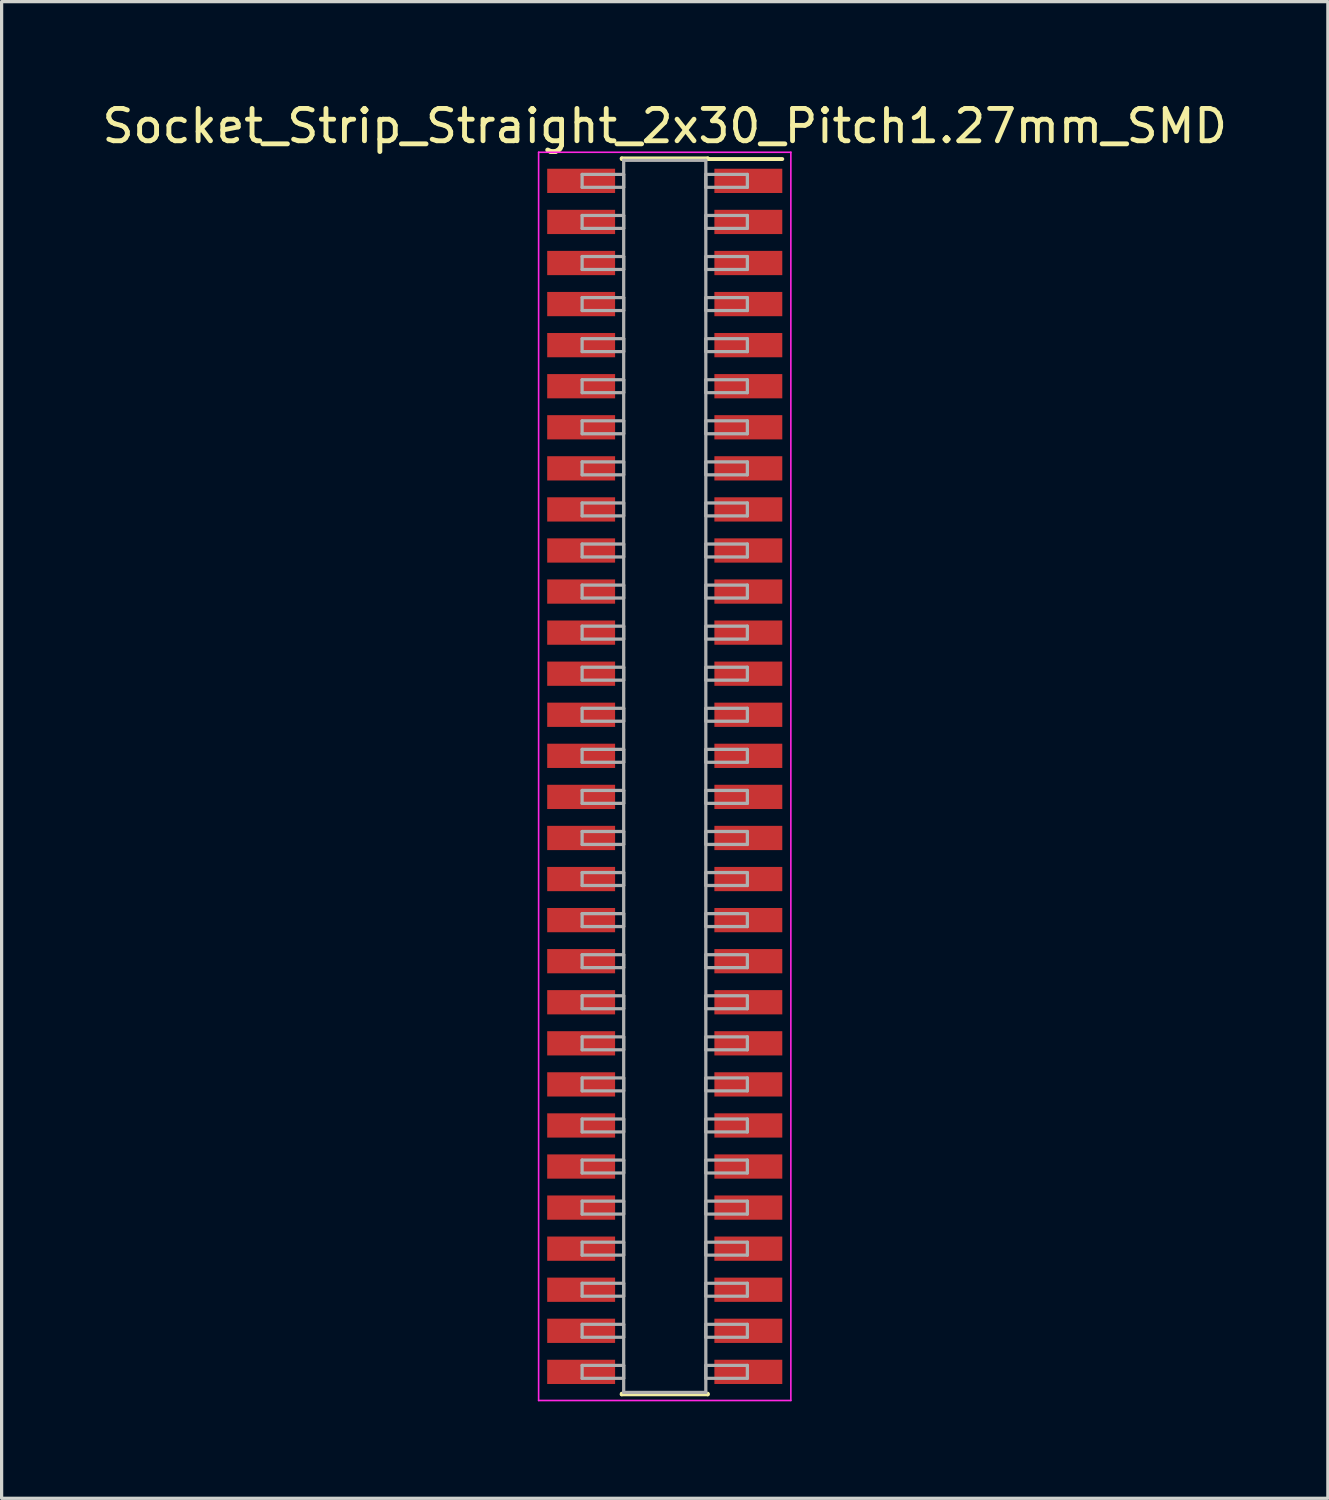
<source format=kicad_pcb>
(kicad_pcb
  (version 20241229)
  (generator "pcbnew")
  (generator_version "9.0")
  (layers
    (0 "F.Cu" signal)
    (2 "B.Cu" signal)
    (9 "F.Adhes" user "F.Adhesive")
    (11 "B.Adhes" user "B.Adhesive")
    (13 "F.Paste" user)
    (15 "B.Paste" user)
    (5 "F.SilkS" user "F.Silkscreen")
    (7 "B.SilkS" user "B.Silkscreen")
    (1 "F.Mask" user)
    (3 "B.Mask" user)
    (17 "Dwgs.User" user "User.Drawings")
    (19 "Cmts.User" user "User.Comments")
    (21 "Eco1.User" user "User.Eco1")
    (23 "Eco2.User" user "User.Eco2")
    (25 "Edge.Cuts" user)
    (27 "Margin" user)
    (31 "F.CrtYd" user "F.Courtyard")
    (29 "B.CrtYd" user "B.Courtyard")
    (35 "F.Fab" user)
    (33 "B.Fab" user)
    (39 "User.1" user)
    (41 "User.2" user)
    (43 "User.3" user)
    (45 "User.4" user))
  (footprint "Socket_Strip_Straight_2x30_Pitch1.27mm_SMD"
    (layer "F.Cu")
    (at 17.506 20.958)
    (property "Reference" "Socket_Strip_Straight_2x30_Pitch1.27mm_SMD" (at 0 -20.11 0) (layer "F.SilkS") (effects (font (size 1 1) (thickness 0.15))))
    (attr smd)
    (fp_line (start -1.33 -19.11) (end 1.33 -19.11) (stroke (width 0.12) (type solid)) (layer "F.SilkS"))
    (fp_line (start -1.33 -19.09) (end -1.33 -19.11) (stroke (width 0.12) (type solid)) (layer "F.SilkS"))
    (fp_line (start -1.33 19.09) (end -1.33 19.11) (stroke (width 0.12) (type solid)) (layer "F.SilkS"))
    (fp_line (start -1.33 19.11) (end 1.33 19.11) (stroke (width 0.12) (type solid)) (layer "F.SilkS"))
    (fp_line (start 1.33 -19.11) (end 1.33 -19.09) (stroke (width 0.12) (type solid)) (layer "F.SilkS"))
    (fp_line (start 1.33 19.11) (end 1.33 19.09) (stroke (width 0.12) (type solid)) (layer "F.SilkS"))
    (fp_line (start 3.635 -19.09) (end 1.33 -19.09) (stroke (width 0.12) (type solid)) (layer "F.SilkS"))
    (fp_line (start -3.9 -19.3) (end -3.9 19.3) (stroke (width 0.05) (type solid)) (layer "F.CrtYd"))
    (fp_line (start -3.9 19.3) (end 3.9 19.3) (stroke (width 0.05) (type solid)) (layer "F.CrtYd"))
    (fp_line (start 3.9 -19.3) (end -3.9 -19.3) (stroke (width 0.05) (type solid)) (layer "F.CrtYd"))
    (fp_line (start 3.9 19.3) (end 3.9 -19.3) (stroke (width 0.05) (type solid)) (layer "F.CrtYd"))
    (fp_line (start -2.555 -18.615) (end -1.27 -18.615) (stroke (width 0.1) (type solid)) (layer "F.Fab"))
    (fp_line (start -2.555 -18.215) (end -2.555 -18.615) (stroke (width 0.1) (type solid)) (layer "F.Fab"))
    (fp_line (start -2.555 -17.345) (end -1.27 -17.345) (stroke (width 0.1) (type solid)) (layer "F.Fab"))
    (fp_line (start -2.555 -16.945) (end -2.555 -17.345) (stroke (width 0.1) (type solid)) (layer "F.Fab"))
    (fp_line (start -2.555 -16.075) (end -1.27 -16.075) (stroke (width 0.1) (type solid)) (layer "F.Fab"))
    (fp_line (start -2.555 -15.675) (end -2.555 -16.075) (stroke (width 0.1) (type solid)) (layer "F.Fab"))
    (fp_line (start -2.555 -14.805) (end -1.27 -14.805) (stroke (width 0.1) (type solid)) (layer "F.Fab"))
    (fp_line (start -2.555 -14.405) (end -2.555 -14.805) (stroke (width 0.1) (type solid)) (layer "F.Fab"))
    (fp_line (start -2.555 -13.535) (end -1.27 -13.535) (stroke (width 0.1) (type solid)) (layer "F.Fab"))
    (fp_line (start -2.555 -13.135) (end -2.555 -13.535) (stroke (width 0.1) (type solid)) (layer "F.Fab"))
    (fp_line (start -2.555 -12.265) (end -1.27 -12.265) (stroke (width 0.1) (type solid)) (layer "F.Fab"))
    (fp_line (start -2.555 -11.865) (end -2.555 -12.265) (stroke (width 0.1) (type solid)) (layer "F.Fab"))
    (fp_line (start -2.555 -10.995) (end -1.27 -10.995) (stroke (width 0.1) (type solid)) (layer "F.Fab"))
    (fp_line (start -2.555 -10.595) (end -2.555 -10.995) (stroke (width 0.1) (type solid)) (layer "F.Fab"))
    (fp_line (start -2.555 -9.725) (end -1.27 -9.725) (stroke (width 0.1) (type solid)) (layer "F.Fab"))
    (fp_line (start -2.555 -9.325) (end -2.555 -9.725) (stroke (width 0.1) (type solid)) (layer "F.Fab"))
    (fp_line (start -2.555 -8.455) (end -1.27 -8.455) (stroke (width 0.1) (type solid)) (layer "F.Fab"))
    (fp_line (start -2.555 -8.055) (end -2.555 -8.455) (stroke (width 0.1) (type solid)) (layer "F.Fab"))
    (fp_line (start -2.555 -7.185) (end -1.27 -7.185) (stroke (width 0.1) (type solid)) (layer "F.Fab"))
    (fp_line (start -2.555 -6.785) (end -2.555 -7.185) (stroke (width 0.1) (type solid)) (layer "F.Fab"))
    (fp_line (start -2.555 -5.915) (end -1.27 -5.915) (stroke (width 0.1) (type solid)) (layer "F.Fab"))
    (fp_line (start -2.555 -5.515) (end -2.555 -5.915) (stroke (width 0.1) (type solid)) (layer "F.Fab"))
    (fp_line (start -2.555 -4.645) (end -1.27 -4.645) (stroke (width 0.1) (type solid)) (layer "F.Fab"))
    (fp_line (start -2.555 -4.245) (end -2.555 -4.645) (stroke (width 0.1) (type solid)) (layer "F.Fab"))
    (fp_line (start -2.555 -3.375) (end -1.27 -3.375) (stroke (width 0.1) (type solid)) (layer "F.Fab"))
    (fp_line (start -2.555 -2.975) (end -2.555 -3.375) (stroke (width 0.1) (type solid)) (layer "F.Fab"))
    (fp_line (start -2.555 -2.105) (end -1.27 -2.105) (stroke (width 0.1) (type solid)) (layer "F.Fab"))
    (fp_line (start -2.555 -1.705) (end -2.555 -2.105) (stroke (width 0.1) (type solid)) (layer "F.Fab"))
    (fp_line (start -2.555 -0.835) (end -1.27 -0.835) (stroke (width 0.1) (type solid)) (layer "F.Fab"))
    (fp_line (start -2.555 -0.435) (end -2.555 -0.835) (stroke (width 0.1) (type solid)) (layer "F.Fab"))
    (fp_line (start -2.555 0.435) (end -1.27 0.435) (stroke (width 0.1) (type solid)) (layer "F.Fab"))
    (fp_line (start -2.555 0.835) (end -2.555 0.435) (stroke (width 0.1) (type solid)) (layer "F.Fab"))
    (fp_line (start -2.555 1.705) (end -1.27 1.705) (stroke (width 0.1) (type solid)) (layer "F.Fab"))
    (fp_line (start -2.555 2.105) (end -2.555 1.705) (stroke (width 0.1) (type solid)) (layer "F.Fab"))
    (fp_line (start -2.555 2.975) (end -1.27 2.975) (stroke (width 0.1) (type solid)) (layer "F.Fab"))
    (fp_line (start -2.555 3.375) (end -2.555 2.975) (stroke (width 0.1) (type solid)) (layer "F.Fab"))
    (fp_line (start -2.555 4.245) (end -1.27 4.245) (stroke (width 0.1) (type solid)) (layer "F.Fab"))
    (fp_line (start -2.555 4.645) (end -2.555 4.245) (stroke (width 0.1) (type solid)) (layer "F.Fab"))
    (fp_line (start -2.555 5.515) (end -1.27 5.515) (stroke (width 0.1) (type solid)) (layer "F.Fab"))
    (fp_line (start -2.555 5.915) (end -2.555 5.515) (stroke (width 0.1) (type solid)) (layer "F.Fab"))
    (fp_line (start -2.555 6.785) (end -1.27 6.785) (stroke (width 0.1) (type solid)) (layer "F.Fab"))
    (fp_line (start -2.555 7.185) (end -2.555 6.785) (stroke (width 0.1) (type solid)) (layer "F.Fab"))
    (fp_line (start -2.555 8.055) (end -1.27 8.055) (stroke (width 0.1) (type solid)) (layer "F.Fab"))
    (fp_line (start -2.555 8.455) (end -2.555 8.055) (stroke (width 0.1) (type solid)) (layer "F.Fab"))
    (fp_line (start -2.555 9.325) (end -1.27 9.325) (stroke (width 0.1) (type solid)) (layer "F.Fab"))
    (fp_line (start -2.555 9.725) (end -2.555 9.325) (stroke (width 0.1) (type solid)) (layer "F.Fab"))
    (fp_line (start -2.555 10.595) (end -1.27 10.595) (stroke (width 0.1) (type solid)) (layer "F.Fab"))
    (fp_line (start -2.555 10.995) (end -2.555 10.595) (stroke (width 0.1) (type solid)) (layer "F.Fab"))
    (fp_line (start -2.555 11.865) (end -1.27 11.865) (stroke (width 0.1) (type solid)) (layer "F.Fab"))
    (fp_line (start -2.555 12.265) (end -2.555 11.865) (stroke (width 0.1) (type solid)) (layer "F.Fab"))
    (fp_line (start -2.555 13.135) (end -1.27 13.135) (stroke (width 0.1) (type solid)) (layer "F.Fab"))
    (fp_line (start -2.555 13.535) (end -2.555 13.135) (stroke (width 0.1) (type solid)) (layer "F.Fab"))
    (fp_line (start -2.555 14.405) (end -1.27 14.405) (stroke (width 0.1) (type solid)) (layer "F.Fab"))
    (fp_line (start -2.555 14.805) (end -2.555 14.405) (stroke (width 0.1) (type solid)) (layer "F.Fab"))
    (fp_line (start -2.555 15.675) (end -1.27 15.675) (stroke (width 0.1) (type solid)) (layer "F.Fab"))
    (fp_line (start -2.555 16.075) (end -2.555 15.675) (stroke (width 0.1) (type solid)) (layer "F.Fab"))
    (fp_line (start -2.555 16.945) (end -1.27 16.945) (stroke (width 0.1) (type solid)) (layer "F.Fab"))
    (fp_line (start -2.555 17.345) (end -2.555 16.945) (stroke (width 0.1) (type solid)) (layer "F.Fab"))
    (fp_line (start -2.555 18.215) (end -1.27 18.215) (stroke (width 0.1) (type solid)) (layer "F.Fab"))
    (fp_line (start -2.555 18.615) (end -2.555 18.215) (stroke (width 0.1) (type solid)) (layer "F.Fab"))
    (fp_line (start -1.27 -19.05) (end -1.27 19.05) (stroke (width 0.1) (type solid)) (layer "F.Fab"))
    (fp_line (start -1.27 -18.615) (end -1.27 -18.215) (stroke (width 0.1) (type solid)) (layer "F.Fab"))
    (fp_line (start -1.27 -18.215) (end -2.555 -18.215) (stroke (width 0.1) (type solid)) (layer "F.Fab"))
    (fp_line (start -1.27 -17.345) (end -1.27 -16.945) (stroke (width 0.1) (type solid)) (layer "F.Fab"))
    (fp_line (start -1.27 -16.945) (end -2.555 -16.945) (stroke (width 0.1) (type solid)) (layer "F.Fab"))
    (fp_line (start -1.27 -16.075) (end -1.27 -15.675) (stroke (width 0.1) (type solid)) (layer "F.Fab"))
    (fp_line (start -1.27 -15.675) (end -2.555 -15.675) (stroke (width 0.1) (type solid)) (layer "F.Fab"))
    (fp_line (start -1.27 -14.805) (end -1.27 -14.405) (stroke (width 0.1) (type solid)) (layer "F.Fab"))
    (fp_line (start -1.27 -14.405) (end -2.555 -14.405) (stroke (width 0.1) (type solid)) (layer "F.Fab"))
    (fp_line (start -1.27 -13.535) (end -1.27 -13.135) (stroke (width 0.1) (type solid)) (layer "F.Fab"))
    (fp_line (start -1.27 -13.135) (end -2.555 -13.135) (stroke (width 0.1) (type solid)) (layer "F.Fab"))
    (fp_line (start -1.27 -12.265) (end -1.27 -11.865) (stroke (width 0.1) (type solid)) (layer "F.Fab"))
    (fp_line (start -1.27 -11.865) (end -2.555 -11.865) (stroke (width 0.1) (type solid)) (layer "F.Fab"))
    (fp_line (start -1.27 -10.995) (end -1.27 -10.595) (stroke (width 0.1) (type solid)) (layer "F.Fab"))
    (fp_line (start -1.27 -10.595) (end -2.555 -10.595) (stroke (width 0.1) (type solid)) (layer "F.Fab"))
    (fp_line (start -1.27 -9.725) (end -1.27 -9.325) (stroke (width 0.1) (type solid)) (layer "F.Fab"))
    (fp_line (start -1.27 -9.325) (end -2.555 -9.325) (stroke (width 0.1) (type solid)) (layer "F.Fab"))
    (fp_line (start -1.27 -8.455) (end -1.27 -8.055) (stroke (width 0.1) (type solid)) (layer "F.Fab"))
    (fp_line (start -1.27 -8.055) (end -2.555 -8.055) (stroke (width 0.1) (type solid)) (layer "F.Fab"))
    (fp_line (start -1.27 -7.185) (end -1.27 -6.785) (stroke (width 0.1) (type solid)) (layer "F.Fab"))
    (fp_line (start -1.27 -6.785) (end -2.555 -6.785) (stroke (width 0.1) (type solid)) (layer "F.Fab"))
    (fp_line (start -1.27 -5.915) (end -1.27 -5.515) (stroke (width 0.1) (type solid)) (layer "F.Fab"))
    (fp_line (start -1.27 -5.515) (end -2.555 -5.515) (stroke (width 0.1) (type solid)) (layer "F.Fab"))
    (fp_line (start -1.27 -4.645) (end -1.27 -4.245) (stroke (width 0.1) (type solid)) (layer "F.Fab"))
    (fp_line (start -1.27 -4.245) (end -2.555 -4.245) (stroke (width 0.1) (type solid)) (layer "F.Fab"))
    (fp_line (start -1.27 -3.375) (end -1.27 -2.975) (stroke (width 0.1) (type solid)) (layer "F.Fab"))
    (fp_line (start -1.27 -2.975) (end -2.555 -2.975) (stroke (width 0.1) (type solid)) (layer "F.Fab"))
    (fp_line (start -1.27 -2.105) (end -1.27 -1.705) (stroke (width 0.1) (type solid)) (layer "F.Fab"))
    (fp_line (start -1.27 -1.705) (end -2.555 -1.705) (stroke (width 0.1) (type solid)) (layer "F.Fab"))
    (fp_line (start -1.27 -0.835) (end -1.27 -0.435) (stroke (width 0.1) (type solid)) (layer "F.Fab"))
    (fp_line (start -1.27 -0.435) (end -2.555 -0.435) (stroke (width 0.1) (type solid)) (layer "F.Fab"))
    (fp_line (start -1.27 0.435) (end -1.27 0.835) (stroke (width 0.1) (type solid)) (layer "F.Fab"))
    (fp_line (start -1.27 0.835) (end -2.555 0.835) (stroke (width 0.1) (type solid)) (layer "F.Fab"))
    (fp_line (start -1.27 1.705) (end -1.27 2.105) (stroke (width 0.1) (type solid)) (layer "F.Fab"))
    (fp_line (start -1.27 2.105) (end -2.555 2.105) (stroke (width 0.1) (type solid)) (layer "F.Fab"))
    (fp_line (start -1.27 2.975) (end -1.27 3.375) (stroke (width 0.1) (type solid)) (layer "F.Fab"))
    (fp_line (start -1.27 3.375) (end -2.555 3.375) (stroke (width 0.1) (type solid)) (layer "F.Fab"))
    (fp_line (start -1.27 4.245) (end -1.27 4.645) (stroke (width 0.1) (type solid)) (layer "F.Fab"))
    (fp_line (start -1.27 4.645) (end -2.555 4.645) (stroke (width 0.1) (type solid)) (layer "F.Fab"))
    (fp_line (start -1.27 5.515) (end -1.27 5.915) (stroke (width 0.1) (type solid)) (layer "F.Fab"))
    (fp_line (start -1.27 5.915) (end -2.555 5.915) (stroke (width 0.1) (type solid)) (layer "F.Fab"))
    (fp_line (start -1.27 6.785) (end -1.27 7.185) (stroke (width 0.1) (type solid)) (layer "F.Fab"))
    (fp_line (start -1.27 7.185) (end -2.555 7.185) (stroke (width 0.1) (type solid)) (layer "F.Fab"))
    (fp_line (start -1.27 8.055) (end -1.27 8.455) (stroke (width 0.1) (type solid)) (layer "F.Fab"))
    (fp_line (start -1.27 8.455) (end -2.555 8.455) (stroke (width 0.1) (type solid)) (layer "F.Fab"))
    (fp_line (start -1.27 9.325) (end -1.27 9.725) (stroke (width 0.1) (type solid)) (layer "F.Fab"))
    (fp_line (start -1.27 9.725) (end -2.555 9.725) (stroke (width 0.1) (type solid)) (layer "F.Fab"))
    (fp_line (start -1.27 10.595) (end -1.27 10.995) (stroke (width 0.1) (type solid)) (layer "F.Fab"))
    (fp_line (start -1.27 10.995) (end -2.555 10.995) (stroke (width 0.1) (type solid)) (layer "F.Fab"))
    (fp_line (start -1.27 11.865) (end -1.27 12.265) (stroke (width 0.1) (type solid)) (layer "F.Fab"))
    (fp_line (start -1.27 12.265) (end -2.555 12.265) (stroke (width 0.1) (type solid)) (layer "F.Fab"))
    (fp_line (start -1.27 13.135) (end -1.27 13.535) (stroke (width 0.1) (type solid)) (layer "F.Fab"))
    (fp_line (start -1.27 13.535) (end -2.555 13.535) (stroke (width 0.1) (type solid)) (layer "F.Fab"))
    (fp_line (start -1.27 14.405) (end -1.27 14.805) (stroke (width 0.1) (type solid)) (layer "F.Fab"))
    (fp_line (start -1.27 14.805) (end -2.555 14.805) (stroke (width 0.1) (type solid)) (layer "F.Fab"))
    (fp_line (start -1.27 15.675) (end -1.27 16.075) (stroke (width 0.1) (type solid)) (layer "F.Fab"))
    (fp_line (start -1.27 16.075) (end -2.555 16.075) (stroke (width 0.1) (type solid)) (layer "F.Fab"))
    (fp_line (start -1.27 16.945) (end -1.27 17.345) (stroke (width 0.1) (type solid)) (layer "F.Fab"))
    (fp_line (start -1.27 17.345) (end -2.555 17.345) (stroke (width 0.1) (type solid)) (layer "F.Fab"))
    (fp_line (start -1.27 18.215) (end -1.27 18.615) (stroke (width 0.1) (type solid)) (layer "F.Fab"))
    (fp_line (start -1.27 18.615) (end -2.555 18.615) (stroke (width 0.1) (type solid)) (layer "F.Fab"))
    (fp_line (start -1.27 19.05) (end 1.27 19.05) (stroke (width 0.1) (type solid)) (layer "F.Fab"))
    (fp_line (start 1.27 -19.05) (end -1.27 -19.05) (stroke (width 0.1) (type solid)) (layer "F.Fab"))
    (fp_line (start 1.27 -18.615) (end 1.27 -18.215) (stroke (width 0.1) (type solid)) (layer "F.Fab"))
    (fp_line (start 1.27 -18.215) (end 2.555 -18.215) (stroke (width 0.1) (type solid)) (layer "F.Fab"))
    (fp_line (start 1.27 -17.345) (end 1.27 -16.945) (stroke (width 0.1) (type solid)) (layer "F.Fab"))
    (fp_line (start 1.27 -16.945) (end 2.555 -16.945) (stroke (width 0.1) (type solid)) (layer "F.Fab"))
    (fp_line (start 1.27 -16.075) (end 1.27 -15.675) (stroke (width 0.1) (type solid)) (layer "F.Fab"))
    (fp_line (start 1.27 -15.675) (end 2.555 -15.675) (stroke (width 0.1) (type solid)) (layer "F.Fab"))
    (fp_line (start 1.27 -14.805) (end 1.27 -14.405) (stroke (width 0.1) (type solid)) (layer "F.Fab"))
    (fp_line (start 1.27 -14.405) (end 2.555 -14.405) (stroke (width 0.1) (type solid)) (layer "F.Fab"))
    (fp_line (start 1.27 -13.535) (end 1.27 -13.135) (stroke (width 0.1) (type solid)) (layer "F.Fab"))
    (fp_line (start 1.27 -13.135) (end 2.555 -13.135) (stroke (width 0.1) (type solid)) (layer "F.Fab"))
    (fp_line (start 1.27 -12.265) (end 1.27 -11.865) (stroke (width 0.1) (type solid)) (layer "F.Fab"))
    (fp_line (start 1.27 -11.865) (end 2.555 -11.865) (stroke (width 0.1) (type solid)) (layer "F.Fab"))
    (fp_line (start 1.27 -10.995) (end 1.27 -10.595) (stroke (width 0.1) (type solid)) (layer "F.Fab"))
    (fp_line (start 1.27 -10.595) (end 2.555 -10.595) (stroke (width 0.1) (type solid)) (layer "F.Fab"))
    (fp_line (start 1.27 -9.725) (end 1.27 -9.325) (stroke (width 0.1) (type solid)) (layer "F.Fab"))
    (fp_line (start 1.27 -9.325) (end 2.555 -9.325) (stroke (width 0.1) (type solid)) (layer "F.Fab"))
    (fp_line (start 1.27 -8.455) (end 1.27 -8.055) (stroke (width 0.1) (type solid)) (layer "F.Fab"))
    (fp_line (start 1.27 -8.055) (end 2.555 -8.055) (stroke (width 0.1) (type solid)) (layer "F.Fab"))
    (fp_line (start 1.27 -7.185) (end 1.27 -6.785) (stroke (width 0.1) (type solid)) (layer "F.Fab"))
    (fp_line (start 1.27 -6.785) (end 2.555 -6.785) (stroke (width 0.1) (type solid)) (layer "F.Fab"))
    (fp_line (start 1.27 -5.915) (end 1.27 -5.515) (stroke (width 0.1) (type solid)) (layer "F.Fab"))
    (fp_line (start 1.27 -5.515) (end 2.555 -5.515) (stroke (width 0.1) (type solid)) (layer "F.Fab"))
    (fp_line (start 1.27 -4.645) (end 1.27 -4.245) (stroke (width 0.1) (type solid)) (layer "F.Fab"))
    (fp_line (start 1.27 -4.245) (end 2.555 -4.245) (stroke (width 0.1) (type solid)) (layer "F.Fab"))
    (fp_line (start 1.27 -3.375) (end 1.27 -2.975) (stroke (width 0.1) (type solid)) (layer "F.Fab"))
    (fp_line (start 1.27 -2.975) (end 2.555 -2.975) (stroke (width 0.1) (type solid)) (layer "F.Fab"))
    (fp_line (start 1.27 -2.105) (end 1.27 -1.705) (stroke (width 0.1) (type solid)) (layer "F.Fab"))
    (fp_line (start 1.27 -1.705) (end 2.555 -1.705) (stroke (width 0.1) (type solid)) (layer "F.Fab"))
    (fp_line (start 1.27 -0.835) (end 1.27 -0.435) (stroke (width 0.1) (type solid)) (layer "F.Fab"))
    (fp_line (start 1.27 -0.435) (end 2.555 -0.435) (stroke (width 0.1) (type solid)) (layer "F.Fab"))
    (fp_line (start 1.27 0.435) (end 1.27 0.835) (stroke (width 0.1) (type solid)) (layer "F.Fab"))
    (fp_line (start 1.27 0.835) (end 2.555 0.835) (stroke (width 0.1) (type solid)) (layer "F.Fab"))
    (fp_line (start 1.27 1.705) (end 1.27 2.105) (stroke (width 0.1) (type solid)) (layer "F.Fab"))
    (fp_line (start 1.27 2.105) (end 2.555 2.105) (stroke (width 0.1) (type solid)) (layer "F.Fab"))
    (fp_line (start 1.27 2.975) (end 1.27 3.375) (stroke (width 0.1) (type solid)) (layer "F.Fab"))
    (fp_line (start 1.27 3.375) (end 2.555 3.375) (stroke (width 0.1) (type solid)) (layer "F.Fab"))
    (fp_line (start 1.27 4.245) (end 1.27 4.645) (stroke (width 0.1) (type solid)) (layer "F.Fab"))
    (fp_line (start 1.27 4.645) (end 2.555 4.645) (stroke (width 0.1) (type solid)) (layer "F.Fab"))
    (fp_line (start 1.27 5.515) (end 1.27 5.915) (stroke (width 0.1) (type solid)) (layer "F.Fab"))
    (fp_line (start 1.27 5.915) (end 2.555 5.915) (stroke (width 0.1) (type solid)) (layer "F.Fab"))
    (fp_line (start 1.27 6.785) (end 1.27 7.185) (stroke (width 0.1) (type solid)) (layer "F.Fab"))
    (fp_line (start 1.27 7.185) (end 2.555 7.185) (stroke (width 0.1) (type solid)) (layer "F.Fab"))
    (fp_line (start 1.27 8.055) (end 1.27 8.455) (stroke (width 0.1) (type solid)) (layer "F.Fab"))
    (fp_line (start 1.27 8.455) (end 2.555 8.455) (stroke (width 0.1) (type solid)) (layer "F.Fab"))
    (fp_line (start 1.27 9.325) (end 1.27 9.725) (stroke (width 0.1) (type solid)) (layer "F.Fab"))
    (fp_line (start 1.27 9.725) (end 2.555 9.725) (stroke (width 0.1) (type solid)) (layer "F.Fab"))
    (fp_line (start 1.27 10.595) (end 1.27 10.995) (stroke (width 0.1) (type solid)) (layer "F.Fab"))
    (fp_line (start 1.27 10.995) (end 2.555 10.995) (stroke (width 0.1) (type solid)) (layer "F.Fab"))
    (fp_line (start 1.27 11.865) (end 1.27 12.265) (stroke (width 0.1) (type solid)) (layer "F.Fab"))
    (fp_line (start 1.27 12.265) (end 2.555 12.265) (stroke (width 0.1) (type solid)) (layer "F.Fab"))
    (fp_line (start 1.27 13.135) (end 1.27 13.535) (stroke (width 0.1) (type solid)) (layer "F.Fab"))
    (fp_line (start 1.27 13.535) (end 2.555 13.535) (stroke (width 0.1) (type solid)) (layer "F.Fab"))
    (fp_line (start 1.27 14.405) (end 1.27 14.805) (stroke (width 0.1) (type solid)) (layer "F.Fab"))
    (fp_line (start 1.27 14.805) (end 2.555 14.805) (stroke (width 0.1) (type solid)) (layer "F.Fab"))
    (fp_line (start 1.27 15.675) (end 1.27 16.075) (stroke (width 0.1) (type solid)) (layer "F.Fab"))
    (fp_line (start 1.27 16.075) (end 2.555 16.075) (stroke (width 0.1) (type solid)) (layer "F.Fab"))
    (fp_line (start 1.27 16.945) (end 1.27 17.345) (stroke (width 0.1) (type solid)) (layer "F.Fab"))
    (fp_line (start 1.27 17.345) (end 2.555 17.345) (stroke (width 0.1) (type solid)) (layer "F.Fab"))
    (fp_line (start 1.27 18.215) (end 1.27 18.615) (stroke (width 0.1) (type solid)) (layer "F.Fab"))
    (fp_line (start 1.27 18.615) (end 2.555 18.615) (stroke (width 0.1) (type solid)) (layer "F.Fab"))
    (fp_line (start 1.27 19.05) (end 1.27 -19.05) (stroke (width 0.1) (type solid)) (layer "F.Fab"))
    (fp_line (start 2.555 -18.615) (end 1.27 -18.615) (stroke (width 0.1) (type solid)) (layer "F.Fab"))
    (fp_line (start 2.555 -18.215) (end 2.555 -18.615) (stroke (width 0.1) (type solid)) (layer "F.Fab"))
    (fp_line (start 2.555 -17.345) (end 1.27 -17.345) (stroke (width 0.1) (type solid)) (layer "F.Fab"))
    (fp_line (start 2.555 -16.945) (end 2.555 -17.345) (stroke (width 0.1) (type solid)) (layer "F.Fab"))
    (fp_line (start 2.555 -16.075) (end 1.27 -16.075) (stroke (width 0.1) (type solid)) (layer "F.Fab"))
    (fp_line (start 2.555 -15.675) (end 2.555 -16.075) (stroke (width 0.1) (type solid)) (layer "F.Fab"))
    (fp_line (start 2.555 -14.805) (end 1.27 -14.805) (stroke (width 0.1) (type solid)) (layer "F.Fab"))
    (fp_line (start 2.555 -14.405) (end 2.555 -14.805) (stroke (width 0.1) (type solid)) (layer "F.Fab"))
    (fp_line (start 2.555 -13.535) (end 1.27 -13.535) (stroke (width 0.1) (type solid)) (layer "F.Fab"))
    (fp_line (start 2.555 -13.135) (end 2.555 -13.535) (stroke (width 0.1) (type solid)) (layer "F.Fab"))
    (fp_line (start 2.555 -12.265) (end 1.27 -12.265) (stroke (width 0.1) (type solid)) (layer "F.Fab"))
    (fp_line (start 2.555 -11.865) (end 2.555 -12.265) (stroke (width 0.1) (type solid)) (layer "F.Fab"))
    (fp_line (start 2.555 -10.995) (end 1.27 -10.995) (stroke (width 0.1) (type solid)) (layer "F.Fab"))
    (fp_line (start 2.555 -10.595) (end 2.555 -10.995) (stroke (width 0.1) (type solid)) (layer "F.Fab"))
    (fp_line (start 2.555 -9.725) (end 1.27 -9.725) (stroke (width 0.1) (type solid)) (layer "F.Fab"))
    (fp_line (start 2.555 -9.325) (end 2.555 -9.725) (stroke (width 0.1) (type solid)) (layer "F.Fab"))
    (fp_line (start 2.555 -8.455) (end 1.27 -8.455) (stroke (width 0.1) (type solid)) (layer "F.Fab"))
    (fp_line (start 2.555 -8.055) (end 2.555 -8.455) (stroke (width 0.1) (type solid)) (layer "F.Fab"))
    (fp_line (start 2.555 -7.185) (end 1.27 -7.185) (stroke (width 0.1) (type solid)) (layer "F.Fab"))
    (fp_line (start 2.555 -6.785) (end 2.555 -7.185) (stroke (width 0.1) (type solid)) (layer "F.Fab"))
    (fp_line (start 2.555 -5.915) (end 1.27 -5.915) (stroke (width 0.1) (type solid)) (layer "F.Fab"))
    (fp_line (start 2.555 -5.515) (end 2.555 -5.915) (stroke (width 0.1) (type solid)) (layer "F.Fab"))
    (fp_line (start 2.555 -4.645) (end 1.27 -4.645) (stroke (width 0.1) (type solid)) (layer "F.Fab"))
    (fp_line (start 2.555 -4.245) (end 2.555 -4.645) (stroke (width 0.1) (type solid)) (layer "F.Fab"))
    (fp_line (start 2.555 -3.375) (end 1.27 -3.375) (stroke (width 0.1) (type solid)) (layer "F.Fab"))
    (fp_line (start 2.555 -2.975) (end 2.555 -3.375) (stroke (width 0.1) (type solid)) (layer "F.Fab"))
    (fp_line (start 2.555 -2.105) (end 1.27 -2.105) (stroke (width 0.1) (type solid)) (layer "F.Fab"))
    (fp_line (start 2.555 -1.705) (end 2.555 -2.105) (stroke (width 0.1) (type solid)) (layer "F.Fab"))
    (fp_line (start 2.555 -0.835) (end 1.27 -0.835) (stroke (width 0.1) (type solid)) (layer "F.Fab"))
    (fp_line (start 2.555 -0.435) (end 2.555 -0.835) (stroke (width 0.1) (type solid)) (layer "F.Fab"))
    (fp_line (start 2.555 0.435) (end 1.27 0.435) (stroke (width 0.1) (type solid)) (layer "F.Fab"))
    (fp_line (start 2.555 0.835) (end 2.555 0.435) (stroke (width 0.1) (type solid)) (layer "F.Fab"))
    (fp_line (start 2.555 1.705) (end 1.27 1.705) (stroke (width 0.1) (type solid)) (layer "F.Fab"))
    (fp_line (start 2.555 2.105) (end 2.555 1.705) (stroke (width 0.1) (type solid)) (layer "F.Fab"))
    (fp_line (start 2.555 2.975) (end 1.27 2.975) (stroke (width 0.1) (type solid)) (layer "F.Fab"))
    (fp_line (start 2.555 3.375) (end 2.555 2.975) (stroke (width 0.1) (type solid)) (layer "F.Fab"))
    (fp_line (start 2.555 4.245) (end 1.27 4.245) (stroke (width 0.1) (type solid)) (layer "F.Fab"))
    (fp_line (start 2.555 4.645) (end 2.555 4.245) (stroke (width 0.1) (type solid)) (layer "F.Fab"))
    (fp_line (start 2.555 5.515) (end 1.27 5.515) (stroke (width 0.1) (type solid)) (layer "F.Fab"))
    (fp_line (start 2.555 5.915) (end 2.555 5.515) (stroke (width 0.1) (type solid)) (layer "F.Fab"))
    (fp_line (start 2.555 6.785) (end 1.27 6.785) (stroke (width 0.1) (type solid)) (layer "F.Fab"))
    (fp_line (start 2.555 7.185) (end 2.555 6.785) (stroke (width 0.1) (type solid)) (layer "F.Fab"))
    (fp_line (start 2.555 8.055) (end 1.27 8.055) (stroke (width 0.1) (type solid)) (layer "F.Fab"))
    (fp_line (start 2.555 8.455) (end 2.555 8.055) (stroke (width 0.1) (type solid)) (layer "F.Fab"))
    (fp_line (start 2.555 9.325) (end 1.27 9.325) (stroke (width 0.1) (type solid)) (layer "F.Fab"))
    (fp_line (start 2.555 9.725) (end 2.555 9.325) (stroke (width 0.1) (type solid)) (layer "F.Fab"))
    (fp_line (start 2.555 10.595) (end 1.27 10.595) (stroke (width 0.1) (type solid)) (layer "F.Fab"))
    (fp_line (start 2.555 10.995) (end 2.555 10.595) (stroke (width 0.1) (type solid)) (layer "F.Fab"))
    (fp_line (start 2.555 11.865) (end 1.27 11.865) (stroke (width 0.1) (type solid)) (layer "F.Fab"))
    (fp_line (start 2.555 12.265) (end 2.555 11.865) (stroke (width 0.1) (type solid)) (layer "F.Fab"))
    (fp_line (start 2.555 13.135) (end 1.27 13.135) (stroke (width 0.1) (type solid)) (layer "F.Fab"))
    (fp_line (start 2.555 13.535) (end 2.555 13.135) (stroke (width 0.1) (type solid)) (layer "F.Fab"))
    (fp_line (start 2.555 14.405) (end 1.27 14.405) (stroke (width 0.1) (type solid)) (layer "F.Fab"))
    (fp_line (start 2.555 14.805) (end 2.555 14.405) (stroke (width 0.1) (type solid)) (layer "F.Fab"))
    (fp_line (start 2.555 15.675) (end 1.27 15.675) (stroke (width 0.1) (type solid)) (layer "F.Fab"))
    (fp_line (start 2.555 16.075) (end 2.555 15.675) (stroke (width 0.1) (type solid)) (layer "F.Fab"))
    (fp_line (start 2.555 16.945) (end 1.27 16.945) (stroke (width 0.1) (type solid)) (layer "F.Fab"))
    (fp_line (start 2.555 17.345) (end 2.555 16.945) (stroke (width 0.1) (type solid)) (layer "F.Fab"))
    (fp_line (start 2.555 18.215) (end 1.27 18.215) (stroke (width 0.1) (type solid)) (layer "F.Fab"))
    (fp_line (start 2.555 18.615) (end 2.555 18.215) (stroke (width 0.1) (type solid)) (layer "F.Fab"))
    (pad "1" smd rect (at 2.585 -18.415) (size 2.1 0.75) (layers "F.Cu" "F.Mask"))
    (pad "2" smd rect (at -2.585 -18.415) (size 2.1 0.75) (layers "F.Cu" "F.Mask"))
    (pad "3" smd rect (at 2.585 -17.145) (size 2.1 0.75) (layers "F.Cu" "F.Mask"))
    (pad "4" smd rect (at -2.585 -17.145) (size 2.1 0.75) (layers "F.Cu" "F.Mask"))
    (pad "5" smd rect (at 2.585 -15.875) (size 2.1 0.75) (layers "F.Cu" "F.Mask"))
    (pad "6" smd rect (at -2.585 -15.875) (size 2.1 0.75) (layers "F.Cu" "F.Mask"))
    (pad "7" smd rect (at 2.585 -14.605) (size 2.1 0.75) (layers "F.Cu" "F.Mask"))
    (pad "8" smd rect (at -2.585 -14.605) (size 2.1 0.75) (layers "F.Cu" "F.Mask"))
    (pad "9" smd rect (at 2.585 -13.335) (size 2.1 0.75) (layers "F.Cu" "F.Mask"))
    (pad "10" smd rect (at -2.585 -13.335) (size 2.1 0.75) (layers "F.Cu" "F.Mask"))
    (pad "11" smd rect (at 2.585 -12.065) (size 2.1 0.75) (layers "F.Cu" "F.Mask"))
    (pad "12" smd rect (at -2.585 -12.065) (size 2.1 0.75) (layers "F.Cu" "F.Mask"))
    (pad "13" smd rect (at 2.585 -10.795) (size 2.1 0.75) (layers "F.Cu" "F.Mask"))
    (pad "14" smd rect (at -2.585 -10.795) (size 2.1 0.75) (layers "F.Cu" "F.Mask"))
    (pad "15" smd rect (at 2.585 -9.525) (size 2.1 0.75) (layers "F.Cu" "F.Mask"))
    (pad "16" smd rect (at -2.585 -9.525) (size 2.1 0.75) (layers "F.Cu" "F.Mask"))
    (pad "17" smd rect (at 2.585 -8.255) (size 2.1 0.75) (layers "F.Cu" "F.Mask"))
    (pad "18" smd rect (at -2.585 -8.255) (size 2.1 0.75) (layers "F.Cu" "F.Mask"))
    (pad "19" smd rect (at 2.585 -6.985) (size 2.1 0.75) (layers "F.Cu" "F.Mask"))
    (pad "20" smd rect (at -2.585 -6.985) (size 2.1 0.75) (layers "F.Cu" "F.Mask"))
    (pad "21" smd rect (at 2.585 -5.715) (size 2.1 0.75) (layers "F.Cu" "F.Mask"))
    (pad "22" smd rect (at -2.585 -5.715) (size 2.1 0.75) (layers "F.Cu" "F.Mask"))
    (pad "23" smd rect (at 2.585 -4.445) (size 2.1 0.75) (layers "F.Cu" "F.Mask"))
    (pad "24" smd rect (at -2.585 -4.445) (size 2.1 0.75) (layers "F.Cu" "F.Mask"))
    (pad "25" smd rect (at 2.585 -3.175) (size 2.1 0.75) (layers "F.Cu" "F.Mask"))
    (pad "26" smd rect (at -2.585 -3.175) (size 2.1 0.75) (layers "F.Cu" "F.Mask"))
    (pad "27" smd rect (at 2.585 -1.905) (size 2.1 0.75) (layers "F.Cu" "F.Mask"))
    (pad "28" smd rect (at -2.585 -1.905) (size 2.1 0.75) (layers "F.Cu" "F.Mask"))
    (pad "29" smd rect (at 2.585 -0.635) (size 2.1 0.75) (layers "F.Cu" "F.Mask"))
    (pad "30" smd rect (at -2.585 -0.635) (size 2.1 0.75) (layers "F.Cu" "F.Mask"))
    (pad "31" smd rect (at 2.585 0.635) (size 2.1 0.75) (layers "F.Cu" "F.Mask"))
    (pad "32" smd rect (at -2.585 0.635) (size 2.1 0.75) (layers "F.Cu" "F.Mask"))
    (pad "33" smd rect (at 2.585 1.905) (size 2.1 0.75) (layers "F.Cu" "F.Mask"))
    (pad "34" smd rect (at -2.585 1.905) (size 2.1 0.75) (layers "F.Cu" "F.Mask"))
    (pad "35" smd rect (at 2.585 3.175) (size 2.1 0.75) (layers "F.Cu" "F.Mask"))
    (pad "36" smd rect (at -2.585 3.175) (size 2.1 0.75) (layers "F.Cu" "F.Mask"))
    (pad "37" smd rect (at 2.585 4.445) (size 2.1 0.75) (layers "F.Cu" "F.Mask"))
    (pad "38" smd rect (at -2.585 4.445) (size 2.1 0.75) (layers "F.Cu" "F.Mask"))
    (pad "39" smd rect (at 2.585 5.715) (size 2.1 0.75) (layers "F.Cu" "F.Mask"))
    (pad "40" smd rect (at -2.585 5.715) (size 2.1 0.75) (layers "F.Cu" "F.Mask"))
    (pad "41" smd rect (at 2.585 6.985) (size 2.1 0.75) (layers "F.Cu" "F.Mask"))
    (pad "42" smd rect (at -2.585 6.985) (size 2.1 0.75) (layers "F.Cu" "F.Mask"))
    (pad "43" smd rect (at 2.585 8.255) (size 2.1 0.75) (layers "F.Cu" "F.Mask"))
    (pad "44" smd rect (at -2.585 8.255) (size 2.1 0.75) (layers "F.Cu" "F.Mask"))
    (pad "45" smd rect (at 2.585 9.525) (size 2.1 0.75) (layers "F.Cu" "F.Mask"))
    (pad "46" smd rect (at -2.585 9.525) (size 2.1 0.75) (layers "F.Cu" "F.Mask"))
    (pad "47" smd rect (at 2.585 10.795) (size 2.1 0.75) (layers "F.Cu" "F.Mask"))
    (pad "48" smd rect (at -2.585 10.795) (size 2.1 0.75) (layers "F.Cu" "F.Mask"))
    (pad "49" smd rect (at 2.585 12.065) (size 2.1 0.75) (layers "F.Cu" "F.Mask"))
    (pad "50" smd rect (at -2.585 12.065) (size 2.1 0.75) (layers "F.Cu" "F.Mask"))
    (pad "51" smd rect (at 2.585 13.335) (size 2.1 0.75) (layers "F.Cu" "F.Mask"))
    (pad "52" smd rect (at -2.585 13.335) (size 2.1 0.75) (layers "F.Cu" "F.Mask"))
    (pad "53" smd rect (at 2.585 14.605) (size 2.1 0.75) (layers "F.Cu" "F.Mask"))
    (pad "54" smd rect (at -2.585 14.605) (size 2.1 0.75) (layers "F.Cu" "F.Mask"))
    (pad "55" smd rect (at 2.585 15.875) (size 2.1 0.75) (layers "F.Cu" "F.Mask"))
    (pad "56" smd rect (at -2.585 15.875) (size 2.1 0.75) (layers "F.Cu" "F.Mask"))
    (pad "57" smd rect (at 2.585 17.145) (size 2.1 0.75) (layers "F.Cu" "F.Mask"))
    (pad "58" smd rect (at -2.585 17.145) (size 2.1 0.75) (layers "F.Cu" "F.Mask"))
    (pad "59" smd rect (at 2.585 18.415) (size 2.1 0.75) (layers "F.Cu" "F.Mask"))
    (pad "60" smd rect (at -2.585 18.415) (size 2.1 0.75) (layers "F.Cu" "F.Mask")))
  (gr_rect
    (start -3 -3)
    (end 38.012 43.283)
    (stroke (width 0.1) (type default))
    (fill no)
    (layer "Edge.Cuts")))
</source>
